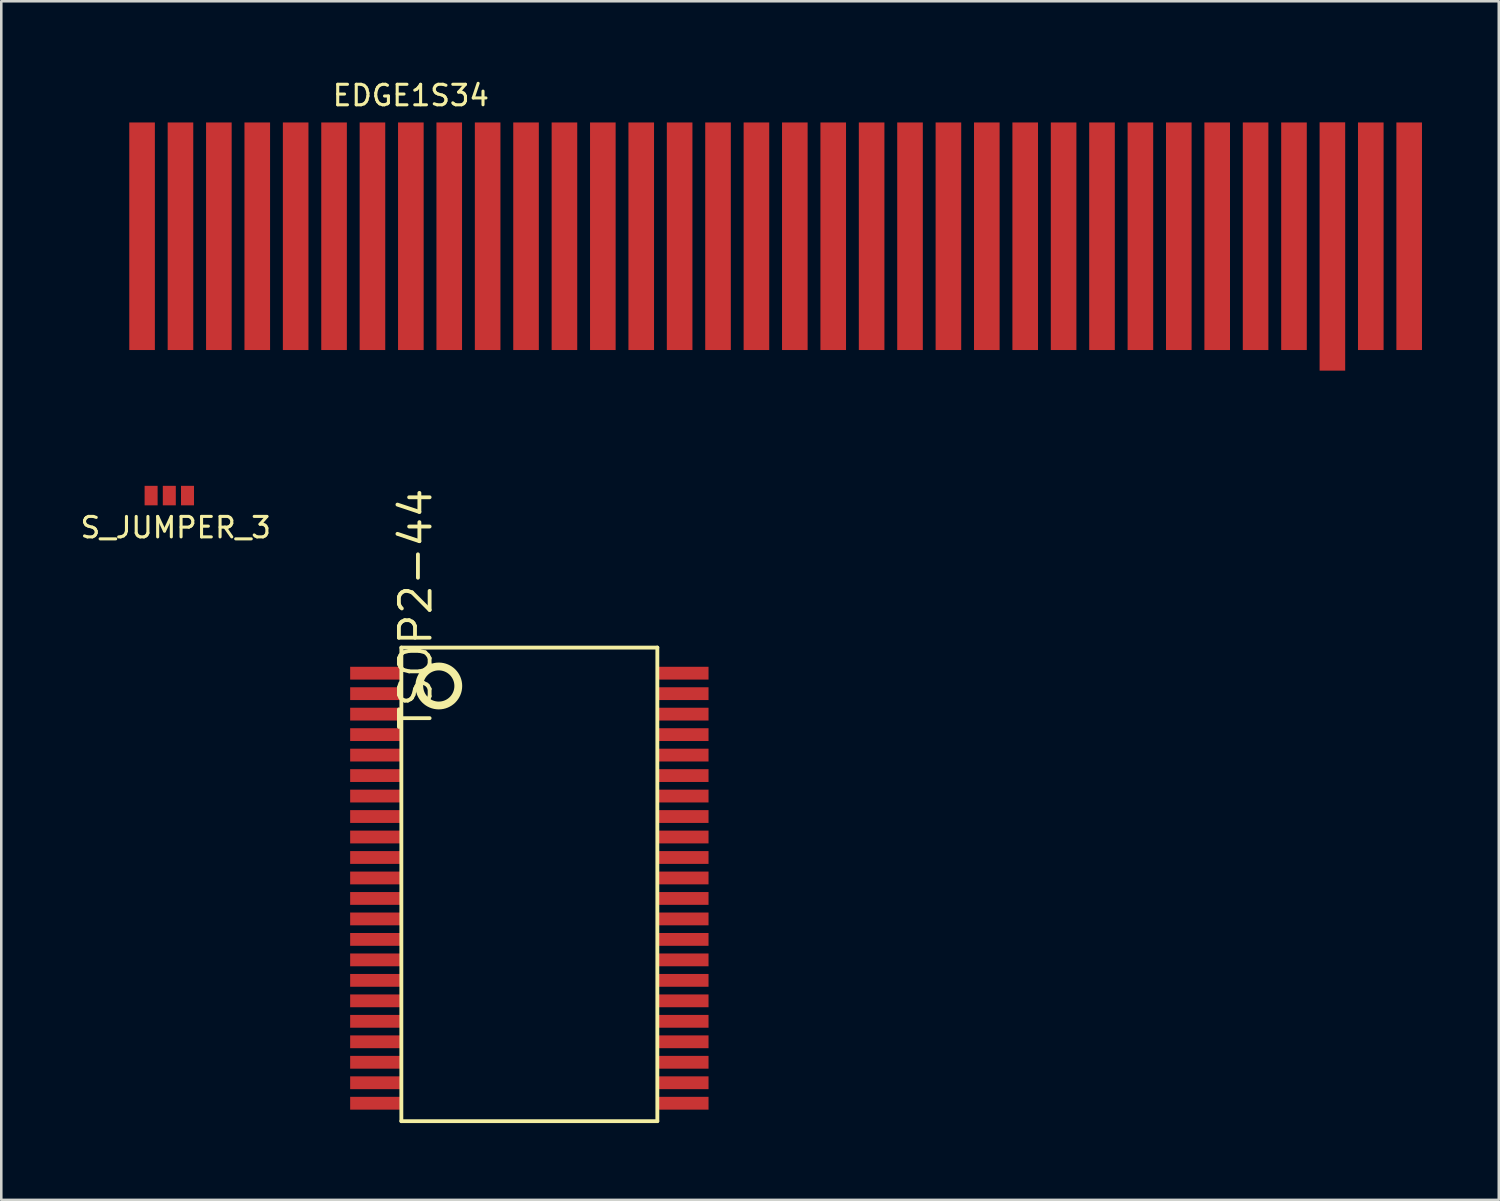
<source format=kicad_pcb>
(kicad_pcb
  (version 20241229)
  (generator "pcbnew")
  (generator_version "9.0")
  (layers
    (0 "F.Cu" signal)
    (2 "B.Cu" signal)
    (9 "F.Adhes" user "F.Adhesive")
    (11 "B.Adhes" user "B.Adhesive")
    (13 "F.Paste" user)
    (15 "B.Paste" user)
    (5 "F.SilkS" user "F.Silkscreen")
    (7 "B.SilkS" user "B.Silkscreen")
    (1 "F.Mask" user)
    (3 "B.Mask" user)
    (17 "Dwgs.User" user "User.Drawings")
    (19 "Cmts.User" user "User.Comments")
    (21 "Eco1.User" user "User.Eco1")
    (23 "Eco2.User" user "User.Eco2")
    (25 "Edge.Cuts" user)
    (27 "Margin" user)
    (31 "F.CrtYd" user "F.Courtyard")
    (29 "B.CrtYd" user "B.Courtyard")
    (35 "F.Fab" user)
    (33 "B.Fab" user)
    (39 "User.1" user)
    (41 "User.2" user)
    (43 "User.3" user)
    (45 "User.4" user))
  (footprint "S_JUMPER_3"
    (layer "F.Cu")
    (at 3.564 16.31)
    (property "Reference" "S_JUMPER_3" (at 0.25 1.25 0) (layer "F.SilkS") (effects (font (size 0.8 0.8) (thickness 0.12))))
    (attr through_hole)
    (pad "1" connect rect (at -0.711 0) (size 0.508 0.762) (layers "F.Cu" "F.Mask"))
    (pad "2" connect rect (at 0 0) (size 0.508 0.762) (layers "F.Cu" "F.Mask"))
    (pad "3" connect rect (at 0.711 0) (size 0.508 0.762) (layers "F.Cu" "F.Mask")))
  (footprint "TSOP2-44"
    (layer "F.Cu")
    (at 17.629 31.648)
    (property "Reference" "TSOP2-44" (at -4.443 -10.9 90) (layer "F.SilkS") (effects (font (size 1.2 1.2) (thickness 0.15))))
    (attr smd)
    (fp_line (start -5 -9.4) (end 5 -9.4) (stroke (width 0.15) (type solid)) (layer "F.SilkS"))
    (fp_line (start -5 9.1) (end -5 -9.4) (stroke (width 0.15) (type solid)) (layer "F.SilkS"))
    (fp_line (start 5 -9.4) (end 5 9.1) (stroke (width 0.15) (type solid)) (layer "F.SilkS"))
    (fp_line (start 5 9.1) (end -5 9.1) (stroke (width 0.15) (type solid)) (layer "F.SilkS"))
    (fp_circle (center -3.538 -7.9) (end -2.776 -7.9) (stroke (width 0.305) (type solid)) (fill no) (layer "F.SilkS"))
    (pad "1" smd rect (at -6 -8.4) (size 2 0.5) (layers "F.Cu" "F.Mask" "F.Paste"))
    (pad "2" smd rect (at -6 -7.6) (size 2 0.5) (layers "F.Cu" "F.Mask" "F.Paste"))
    (pad "3" smd rect (at -6 -6.8) (size 2 0.5) (layers "F.Cu" "F.Mask" "F.Paste"))
    (pad "4" smd rect (at -6 -6) (size 2 0.5) (layers "F.Cu" "F.Mask" "F.Paste"))
    (pad "5" smd rect (at -6 -5.2) (size 2 0.5) (layers "F.Cu" "F.Mask" "F.Paste"))
    (pad "6" smd rect (at -6 -4.4) (size 2 0.5) (layers "F.Cu" "F.Mask" "F.Paste"))
    (pad "7" smd rect (at -6 -3.6) (size 2 0.5) (layers "F.Cu" "F.Mask" "F.Paste"))
    (pad "8" smd rect (at -6 -2.8) (size 2 0.5) (layers "F.Cu" "F.Mask" "F.Paste"))
    (pad "9" smd rect (at -6 -2) (size 2 0.5) (layers "F.Cu" "F.Mask" "F.Paste"))
    (pad "10" smd rect (at -6 -1.2) (size 2 0.5) (layers "F.Cu" "F.Mask" "F.Paste"))
    (pad "11" smd rect (at -6 -0.4) (size 2 0.5) (layers "F.Cu" "F.Mask" "F.Paste"))
    (pad "12" smd rect (at -6 0.4) (size 2 0.5) (layers "F.Cu" "F.Mask" "F.Paste"))
    (pad "13" smd rect (at -6 1.2) (size 2 0.5) (layers "F.Cu" "F.Mask" "F.Paste"))
    (pad "14" smd rect (at -6 2) (size 2 0.5) (layers "F.Cu" "F.Mask" "F.Paste"))
    (pad "15" smd rect (at -6 2.8) (size 2 0.5) (layers "F.Cu" "F.Mask" "F.Paste"))
    (pad "16" smd rect (at -6 3.6) (size 2 0.5) (layers "F.Cu" "F.Mask" "F.Paste"))
    (pad "17" smd rect (at -6 4.4) (size 2 0.5) (layers "F.Cu" "F.Mask" "F.Paste"))
    (pad "18" smd rect (at -6 5.2) (size 2 0.5) (layers "F.Cu" "F.Mask" "F.Paste"))
    (pad "19" smd rect (at -6 6) (size 2 0.5) (layers "F.Cu" "F.Mask" "F.Paste"))
    (pad "20" smd rect (at -6 6.8) (size 2 0.5) (layers "F.Cu" "F.Mask" "F.Paste"))
    (pad "21" smd rect (at -6 7.6) (size 2 0.5) (layers "F.Cu" "F.Mask" "F.Paste"))
    (pad "22" smd rect (at -6 8.4) (size 2 0.5) (layers "F.Cu" "F.Mask" "F.Paste"))
    (pad "23" smd rect (at 6 8.4) (size 2 0.5) (layers "F.Cu" "F.Mask" "F.Paste"))
    (pad "24" smd rect (at 6 7.6) (size 2 0.5) (layers "F.Cu" "F.Mask" "F.Paste"))
    (pad "25" smd rect (at 6 6.8) (size 2 0.5) (layers "F.Cu" "F.Mask" "F.Paste"))
    (pad "26" smd rect (at 6 6) (size 2 0.5) (layers "F.Cu" "F.Mask" "F.Paste"))
    (pad "27" smd rect (at 6 5.2) (size 2 0.5) (layers "F.Cu" "F.Mask" "F.Paste"))
    (pad "28" smd rect (at 6 4.4) (size 2 0.5) (layers "F.Cu" "F.Mask" "F.Paste"))
    (pad "29" smd rect (at 6 3.6) (size 2 0.5) (layers "F.Cu" "F.Mask" "F.Paste"))
    (pad "30" smd rect (at 6 2.8) (size 2 0.5) (layers "F.Cu" "F.Mask" "F.Paste"))
    (pad "31" smd rect (at 6 2) (size 2 0.5) (layers "F.Cu" "F.Mask" "F.Paste"))
    (pad "32" smd rect (at 6 1.2) (size 2 0.5) (layers "F.Cu" "F.Mask" "F.Paste"))
    (pad "33" smd rect (at 6 0.4) (size 2 0.5) (layers "F.Cu" "F.Mask" "F.Paste"))
    (pad "34" smd rect (at 6 -0.4) (size 2 0.5) (layers "F.Cu" "F.Mask" "F.Paste"))
    (pad "35" smd rect (at 6 -1.2) (size 2 0.5) (layers "F.Cu" "F.Mask" "F.Paste"))
    (pad "36" smd rect (at 6 -2) (size 2 0.5) (layers "F.Cu" "F.Mask" "F.Paste"))
    (pad "37" smd rect (at 6 -2.8) (size 2 0.5) (layers "F.Cu" "F.Mask" "F.Paste"))
    (pad "38" smd rect (at 6 -3.6) (size 2 0.5) (layers "F.Cu" "F.Mask" "F.Paste"))
    (pad "39" smd rect (at 6 -4.4) (size 2 0.5) (layers "F.Cu" "F.Mask" "F.Paste"))
    (pad "40" smd rect (at 6 -5.2) (size 2 0.5) (layers "F.Cu" "F.Mask" "F.Paste"))
    (pad "41" smd rect (at 6 -6) (size 2 0.5) (layers "F.Cu" "F.Mask" "F.Paste"))
    (pad "42" smd rect (at 6 -6.8) (size 2 0.5) (layers "F.Cu" "F.Mask" "F.Paste"))
    (pad "43" smd rect (at 6 -7.6) (size 2 0.5) (layers "F.Cu" "F.Mask" "F.Paste"))
    (pad "44" smd rect (at 6 -8.4) (size 2 0.5) (layers "F.Cu" "F.Mask" "F.Paste")))
  (footprint "EDGE1S34"
    (layer "F.Cu")
    (at 0.25 12.679)
    (property "Reference" "EDGE1S34" (at 12.75 -12 0) (layer "F.SilkS") (effects (font (size 0.8 0.8) (thickness 0.12))))
    (attr exclude_from_pos_files exclude_from_bom)
    (pad "1" connect rect (at 2.25 -6.5) (size 1 8.89) (layers "F.Cu" "F.Mask"))
    (pad "2" connect rect (at 3.75 -6.5) (size 1 8.89) (layers "F.Cu" "F.Mask"))
    (pad "3" connect rect (at 5.25 -6.5) (size 1 8.89) (layers "F.Cu" "F.Mask"))
    (pad "4" connect rect (at 6.75 -6.5) (size 1 8.89) (layers "F.Cu" "F.Mask"))
    (pad "5" connect rect (at 8.25 -6.5) (size 1 8.89) (layers "F.Cu" "F.Mask"))
    (pad "6" connect rect (at 9.75 -6.5) (size 1 8.89) (layers "F.Cu" "F.Mask"))
    (pad "7" connect rect (at 11.25 -6.5) (size 1 8.89) (layers "F.Cu" "F.Mask"))
    (pad "8" connect rect (at 12.75 -6.5) (size 1 8.89) (layers "F.Cu" "F.Mask"))
    (pad "9" connect rect (at 14.25 -6.5) (size 1 8.89) (layers "F.Cu" "F.Mask"))
    (pad "10" connect rect (at 15.75 -6.5) (size 1 8.89) (layers "F.Cu" "F.Mask"))
    (pad "11" connect rect (at 17.25 -6.5) (size 1 8.89) (layers "F.Cu" "F.Mask"))
    (pad "12" connect rect (at 18.75 -6.5) (size 1 8.89) (layers "F.Cu" "F.Mask"))
    (pad "13" connect rect (at 20.25 -6.5) (size 1 8.89) (layers "F.Cu" "F.Mask"))
    (pad "14" connect rect (at 21.75 -6.5) (size 1 8.89) (layers "F.Cu" "F.Mask"))
    (pad "15" connect rect (at 23.25 -6.5) (size 1 8.89) (layers "F.Cu" "F.Mask"))
    (pad "16" connect rect (at 24.75 -6.5) (size 1 8.89) (layers "F.Cu" "F.Mask"))
    (pad "17" connect rect (at 26.25 -6.5) (size 1 8.89) (layers "F.Cu" "F.Mask"))
    (pad "18" connect rect (at 27.75 -6.5) (size 1 8.89) (layers "F.Cu" "F.Mask"))
    (pad "19" connect rect (at 29.25 -6.5) (size 1 8.89) (layers "F.Cu" "F.Mask"))
    (pad "20" connect rect (at 30.75 -6.5) (size 1 8.89) (layers "F.Cu" "F.Mask"))
    (pad "21" connect rect (at 32.25 -6.5) (size 1 8.89) (layers "F.Cu" "F.Mask"))
    (pad "22" connect rect (at 33.75 -6.5) (size 1 8.89) (layers "F.Cu" "F.Mask"))
    (pad "23" connect rect (at 35.25 -6.5) (size 1 8.89) (layers "F.Cu" "F.Mask"))
    (pad "24" connect rect (at 36.75 -6.5) (size 1 8.89) (layers "F.Cu" "F.Mask"))
    (pad "25" connect rect (at 38.25 -6.5) (size 1 8.89) (layers "F.Cu" "F.Mask"))
    (pad "26" connect rect (at 39.75 -6.5) (size 1 8.89) (layers "F.Cu" "F.Mask"))
    (pad "27" connect rect (at 41.25 -6.5) (size 1 8.89) (layers "F.Cu" "F.Mask"))
    (pad "28" connect rect (at 42.75 -6.5) (size 1 8.89) (layers "F.Cu" "F.Mask"))
    (pad "29" connect rect (at 44.25 -6.5) (size 1 8.89) (layers "F.Cu" "F.Mask"))
    (pad "30" connect rect (at 45.75 -6.5) (size 1 8.89) (layers "F.Cu" "F.Mask"))
    (pad "31" connect rect (at 47.25 -6.5) (size 1 8.89) (layers "F.Cu" "F.Mask"))
    (pad "32" connect rect (at 48.75 -6.1) (size 1 9.7) (layers "F.Cu" "F.Mask"))
    (pad "33" connect rect (at 50.25 -6.5) (size 1 8.89) (layers "F.Cu" "F.Mask"))
    (pad "34" connect rect (at 51.75 -6.5) (size 1 8.89) (layers "F.Cu" "F.Mask")))
  (gr_rect
    (start -3 -3)
    (end 55.5 43.823)
    (stroke (width 0.1) (type default))
    (fill no)
    (layer "Edge.Cuts")))
</source>
